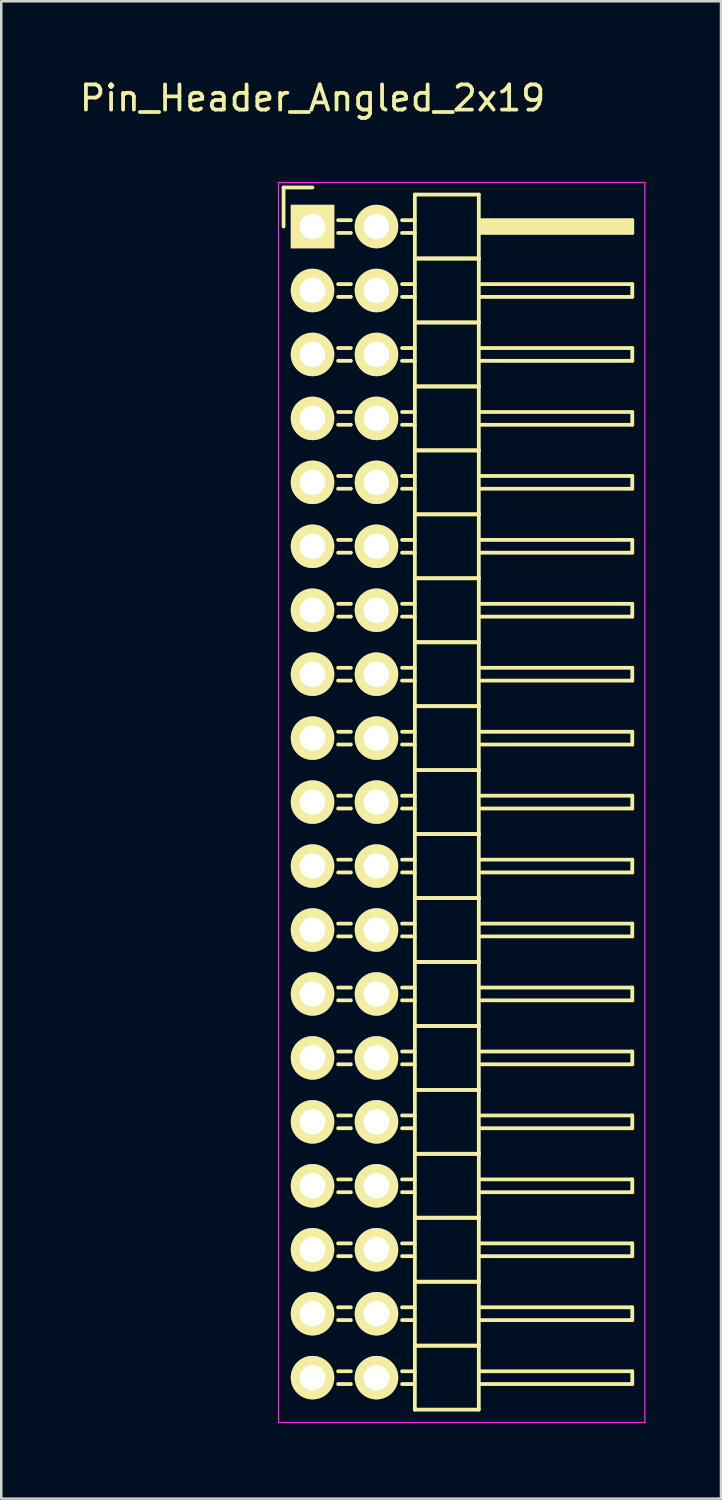
<source format=kicad_pcb>
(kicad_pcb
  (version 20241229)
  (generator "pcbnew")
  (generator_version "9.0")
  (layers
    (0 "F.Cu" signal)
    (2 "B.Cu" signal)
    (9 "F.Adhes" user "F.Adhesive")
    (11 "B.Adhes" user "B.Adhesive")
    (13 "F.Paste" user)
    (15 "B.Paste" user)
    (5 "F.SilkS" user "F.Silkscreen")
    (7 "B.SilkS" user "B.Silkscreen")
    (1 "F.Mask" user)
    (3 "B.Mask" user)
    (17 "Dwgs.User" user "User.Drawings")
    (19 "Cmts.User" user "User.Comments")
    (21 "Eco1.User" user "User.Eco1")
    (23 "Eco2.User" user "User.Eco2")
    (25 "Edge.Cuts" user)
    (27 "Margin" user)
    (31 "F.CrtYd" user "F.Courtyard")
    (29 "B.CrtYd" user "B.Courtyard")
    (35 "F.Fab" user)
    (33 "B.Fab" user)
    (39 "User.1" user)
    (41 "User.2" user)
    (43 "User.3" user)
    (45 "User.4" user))
  (footprint "Pin_Header_Angled_2x19"
    (layer "F.Cu")
    (at 9.363 5.948)
    (property "Reference" "Pin_Header_Angled_2x19" (at 0 -5.1 0) (layer "F.SilkS") (effects (font (size 1 1) (thickness 0.15))))
    (attr through_hole)
    (fp_line (start -1.15 -1.55) (end -1.15 0) (stroke (width 0.15) (type solid)) (layer "F.SilkS"))
    (fp_line (start 0 -1.55) (end -1.15 -1.55) (stroke (width 0.15) (type solid)) (layer "F.SilkS"))
    (fp_line (start 1.524 -0.254) (end 1.016 -0.254) (stroke (width 0.15) (type solid)) (layer "F.SilkS"))
    (fp_line (start 1.524 0.254) (end 1.016 0.254) (stroke (width 0.15) (type solid)) (layer "F.SilkS"))
    (fp_line (start 1.524 2.286) (end 1.016 2.286) (stroke (width 0.15) (type solid)) (layer "F.SilkS"))
    (fp_line (start 1.524 2.794) (end 1.016 2.794) (stroke (width 0.15) (type solid)) (layer "F.SilkS"))
    (fp_line (start 1.524 4.826) (end 1.016 4.826) (stroke (width 0.15) (type solid)) (layer "F.SilkS"))
    (fp_line (start 1.524 5.334) (end 1.016 5.334) (stroke (width 0.15) (type solid)) (layer "F.SilkS"))
    (fp_line (start 1.524 7.366) (end 1.016 7.366) (stroke (width 0.15) (type solid)) (layer "F.SilkS"))
    (fp_line (start 1.524 7.874) (end 1.016 7.874) (stroke (width 0.15) (type solid)) (layer "F.SilkS"))
    (fp_line (start 1.524 9.906) (end 1.016 9.906) (stroke (width 0.15) (type solid)) (layer "F.SilkS"))
    (fp_line (start 1.524 10.414) (end 1.016 10.414) (stroke (width 0.15) (type solid)) (layer "F.SilkS"))
    (fp_line (start 1.524 12.446) (end 1.016 12.446) (stroke (width 0.15) (type solid)) (layer "F.SilkS"))
    (fp_line (start 1.524 12.954) (end 1.016 12.954) (stroke (width 0.15) (type solid)) (layer "F.SilkS"))
    (fp_line (start 1.524 14.986) (end 1.016 14.986) (stroke (width 0.15) (type solid)) (layer "F.SilkS"))
    (fp_line (start 1.524 15.494) (end 1.016 15.494) (stroke (width 0.15) (type solid)) (layer "F.SilkS"))
    (fp_line (start 1.524 17.526) (end 1.016 17.526) (stroke (width 0.15) (type solid)) (layer "F.SilkS"))
    (fp_line (start 1.524 18.034) (end 1.016 18.034) (stroke (width 0.15) (type solid)) (layer "F.SilkS"))
    (fp_line (start 1.524 20.066) (end 1.016 20.066) (stroke (width 0.15) (type solid)) (layer "F.SilkS"))
    (fp_line (start 1.524 20.574) (end 1.016 20.574) (stroke (width 0.15) (type solid)) (layer "F.SilkS"))
    (fp_line (start 1.524 22.606) (end 1.016 22.606) (stroke (width 0.15) (type solid)) (layer "F.SilkS"))
    (fp_line (start 1.524 23.114) (end 1.016 23.114) (stroke (width 0.15) (type solid)) (layer "F.SilkS"))
    (fp_line (start 1.524 25.146) (end 1.016 25.146) (stroke (width 0.15) (type solid)) (layer "F.SilkS"))
    (fp_line (start 1.524 25.654) (end 1.016 25.654) (stroke (width 0.15) (type solid)) (layer "F.SilkS"))
    (fp_line (start 1.524 27.686) (end 1.016 27.686) (stroke (width 0.15) (type solid)) (layer "F.SilkS"))
    (fp_line (start 1.524 28.194) (end 1.016 28.194) (stroke (width 0.15) (type solid)) (layer "F.SilkS"))
    (fp_line (start 1.524 30.226) (end 1.016 30.226) (stroke (width 0.15) (type solid)) (layer "F.SilkS"))
    (fp_line (start 1.524 30.734) (end 1.016 30.734) (stroke (width 0.15) (type solid)) (layer "F.SilkS"))
    (fp_line (start 1.524 32.766) (end 1.016 32.766) (stroke (width 0.15) (type solid)) (layer "F.SilkS"))
    (fp_line (start 1.524 33.274) (end 1.016 33.274) (stroke (width 0.15) (type solid)) (layer "F.SilkS"))
    (fp_line (start 1.524 35.306) (end 1.016 35.306) (stroke (width 0.15) (type solid)) (layer "F.SilkS"))
    (fp_line (start 1.524 35.814) (end 1.016 35.814) (stroke (width 0.15) (type solid)) (layer "F.SilkS"))
    (fp_line (start 1.524 37.846) (end 1.016 37.846) (stroke (width 0.15) (type solid)) (layer "F.SilkS"))
    (fp_line (start 1.524 38.354) (end 1.016 38.354) (stroke (width 0.15) (type solid)) (layer "F.SilkS"))
    (fp_line (start 1.524 40.386) (end 1.016 40.386) (stroke (width 0.15) (type solid)) (layer "F.SilkS"))
    (fp_line (start 1.524 40.894) (end 1.016 40.894) (stroke (width 0.15) (type solid)) (layer "F.SilkS"))
    (fp_line (start 1.524 42.926) (end 1.016 42.926) (stroke (width 0.15) (type solid)) (layer "F.SilkS"))
    (fp_line (start 1.524 43.434) (end 1.016 43.434) (stroke (width 0.15) (type solid)) (layer "F.SilkS"))
    (fp_line (start 1.524 45.466) (end 1.016 45.466) (stroke (width 0.15) (type solid)) (layer "F.SilkS"))
    (fp_line (start 1.524 45.974) (end 1.016 45.974) (stroke (width 0.15) (type solid)) (layer "F.SilkS"))
    (fp_line (start 4.064 -1.27) (end 4.064 1.27) (stroke (width 0.15) (type solid)) (layer "F.SilkS"))
    (fp_line (start 4.064 -1.27) (end 6.604 -1.27) (stroke (width 0.15) (type solid)) (layer "F.SilkS"))
    (fp_line (start 4.064 -0.254) (end 3.556 -0.254) (stroke (width 0.15) (type solid)) (layer "F.SilkS"))
    (fp_line (start 4.064 0.254) (end 3.556 0.254) (stroke (width 0.15) (type solid)) (layer "F.SilkS"))
    (fp_line (start 4.064 1.27) (end 4.064 3.81) (stroke (width 0.15) (type solid)) (layer "F.SilkS"))
    (fp_line (start 4.064 1.27) (end 6.604 1.27) (stroke (width 0.15) (type solid)) (layer "F.SilkS"))
    (fp_line (start 4.064 1.27) (end 6.604 1.27) (stroke (width 0.15) (type solid)) (layer "F.SilkS"))
    (fp_line (start 4.064 2.286) (end 3.556 2.286) (stroke (width 0.15) (type solid)) (layer "F.SilkS"))
    (fp_line (start 4.064 2.794) (end 3.556 2.794) (stroke (width 0.15) (type solid)) (layer "F.SilkS"))
    (fp_line (start 4.064 3.81) (end 4.064 6.35) (stroke (width 0.15) (type solid)) (layer "F.SilkS"))
    (fp_line (start 4.064 3.81) (end 6.604 3.81) (stroke (width 0.15) (type solid)) (layer "F.SilkS"))
    (fp_line (start 4.064 3.81) (end 6.604 3.81) (stroke (width 0.15) (type solid)) (layer "F.SilkS"))
    (fp_line (start 4.064 4.826) (end 3.556 4.826) (stroke (width 0.15) (type solid)) (layer "F.SilkS"))
    (fp_line (start 4.064 5.334) (end 3.556 5.334) (stroke (width 0.15) (type solid)) (layer "F.SilkS"))
    (fp_line (start 4.064 6.35) (end 4.064 8.89) (stroke (width 0.15) (type solid)) (layer "F.SilkS"))
    (fp_line (start 4.064 6.35) (end 6.604 6.35) (stroke (width 0.15) (type solid)) (layer "F.SilkS"))
    (fp_line (start 4.064 6.35) (end 6.604 6.35) (stroke (width 0.15) (type solid)) (layer "F.SilkS"))
    (fp_line (start 4.064 7.366) (end 3.556 7.366) (stroke (width 0.15) (type solid)) (layer "F.SilkS"))
    (fp_line (start 4.064 7.874) (end 3.556 7.874) (stroke (width 0.15) (type solid)) (layer "F.SilkS"))
    (fp_line (start 4.064 8.89) (end 4.064 11.43) (stroke (width 0.15) (type solid)) (layer "F.SilkS"))
    (fp_line (start 4.064 8.89) (end 6.604 8.89) (stroke (width 0.15) (type solid)) (layer "F.SilkS"))
    (fp_line (start 4.064 8.89) (end 6.604 8.89) (stroke (width 0.15) (type solid)) (layer "F.SilkS"))
    (fp_line (start 4.064 9.906) (end 3.556 9.906) (stroke (width 0.15) (type solid)) (layer "F.SilkS"))
    (fp_line (start 4.064 10.414) (end 3.556 10.414) (stroke (width 0.15) (type solid)) (layer "F.SilkS"))
    (fp_line (start 4.064 11.43) (end 4.064 13.97) (stroke (width 0.15) (type solid)) (layer "F.SilkS"))
    (fp_line (start 4.064 11.43) (end 6.604 11.43) (stroke (width 0.15) (type solid)) (layer "F.SilkS"))
    (fp_line (start 4.064 11.43) (end 6.604 11.43) (stroke (width 0.15) (type solid)) (layer "F.SilkS"))
    (fp_line (start 4.064 12.446) (end 3.556 12.446) (stroke (width 0.15) (type solid)) (layer "F.SilkS"))
    (fp_line (start 4.064 12.954) (end 3.556 12.954) (stroke (width 0.15) (type solid)) (layer "F.SilkS"))
    (fp_line (start 4.064 13.97) (end 4.064 16.51) (stroke (width 0.15) (type solid)) (layer "F.SilkS"))
    (fp_line (start 4.064 13.97) (end 6.604 13.97) (stroke (width 0.15) (type solid)) (layer "F.SilkS"))
    (fp_line (start 4.064 13.97) (end 6.604 13.97) (stroke (width 0.15) (type solid)) (layer "F.SilkS"))
    (fp_line (start 4.064 14.986) (end 3.556 14.986) (stroke (width 0.15) (type solid)) (layer "F.SilkS"))
    (fp_line (start 4.064 15.494) (end 3.556 15.494) (stroke (width 0.15) (type solid)) (layer "F.SilkS"))
    (fp_line (start 4.064 16.51) (end 4.064 19.05) (stroke (width 0.15) (type solid)) (layer "F.SilkS"))
    (fp_line (start 4.064 16.51) (end 6.604 16.51) (stroke (width 0.15) (type solid)) (layer "F.SilkS"))
    (fp_line (start 4.064 16.51) (end 6.604 16.51) (stroke (width 0.15) (type solid)) (layer "F.SilkS"))
    (fp_line (start 4.064 17.526) (end 3.556 17.526) (stroke (width 0.15) (type solid)) (layer "F.SilkS"))
    (fp_line (start 4.064 18.034) (end 3.556 18.034) (stroke (width 0.15) (type solid)) (layer "F.SilkS"))
    (fp_line (start 4.064 19.05) (end 4.064 21.59) (stroke (width 0.15) (type solid)) (layer "F.SilkS"))
    (fp_line (start 4.064 19.05) (end 6.604 19.05) (stroke (width 0.15) (type solid)) (layer "F.SilkS"))
    (fp_line (start 4.064 19.05) (end 6.604 19.05) (stroke (width 0.15) (type solid)) (layer "F.SilkS"))
    (fp_line (start 4.064 20.066) (end 3.556 20.066) (stroke (width 0.15) (type solid)) (layer "F.SilkS"))
    (fp_line (start 4.064 20.574) (end 3.556 20.574) (stroke (width 0.15) (type solid)) (layer "F.SilkS"))
    (fp_line (start 4.064 21.59) (end 4.064 24.13) (stroke (width 0.15) (type solid)) (layer "F.SilkS"))
    (fp_line (start 4.064 21.59) (end 6.604 21.59) (stroke (width 0.15) (type solid)) (layer "F.SilkS"))
    (fp_line (start 4.064 21.59) (end 6.604 21.59) (stroke (width 0.15) (type solid)) (layer "F.SilkS"))
    (fp_line (start 4.064 22.606) (end 3.556 22.606) (stroke (width 0.15) (type solid)) (layer "F.SilkS"))
    (fp_line (start 4.064 23.114) (end 3.556 23.114) (stroke (width 0.15) (type solid)) (layer "F.SilkS"))
    (fp_line (start 4.064 24.13) (end 4.064 26.67) (stroke (width 0.15) (type solid)) (layer "F.SilkS"))
    (fp_line (start 4.064 24.13) (end 6.604 24.13) (stroke (width 0.15) (type solid)) (layer "F.SilkS"))
    (fp_line (start 4.064 24.13) (end 6.604 24.13) (stroke (width 0.15) (type solid)) (layer "F.SilkS"))
    (fp_line (start 4.064 25.146) (end 3.556 25.146) (stroke (width 0.15) (type solid)) (layer "F.SilkS"))
    (fp_line (start 4.064 25.654) (end 3.556 25.654) (stroke (width 0.15) (type solid)) (layer "F.SilkS"))
    (fp_line (start 4.064 26.67) (end 4.064 29.21) (stroke (width 0.15) (type solid)) (layer "F.SilkS"))
    (fp_line (start 4.064 26.67) (end 6.604 26.67) (stroke (width 0.15) (type solid)) (layer "F.SilkS"))
    (fp_line (start 4.064 26.67) (end 6.604 26.67) (stroke (width 0.15) (type solid)) (layer "F.SilkS"))
    (fp_line (start 4.064 27.686) (end 3.556 27.686) (stroke (width 0.15) (type solid)) (layer "F.SilkS"))
    (fp_line (start 4.064 28.194) (end 3.556 28.194) (stroke (width 0.15) (type solid)) (layer "F.SilkS"))
    (fp_line (start 4.064 29.21) (end 4.064 31.75) (stroke (width 0.15) (type solid)) (layer "F.SilkS"))
    (fp_line (start 4.064 29.21) (end 6.604 29.21) (stroke (width 0.15) (type solid)) (layer "F.SilkS"))
    (fp_line (start 4.064 29.21) (end 6.604 29.21) (stroke (width 0.15) (type solid)) (layer "F.SilkS"))
    (fp_line (start 4.064 30.226) (end 3.556 30.226) (stroke (width 0.15) (type solid)) (layer "F.SilkS"))
    (fp_line (start 4.064 30.734) (end 3.556 30.734) (stroke (width 0.15) (type solid)) (layer "F.SilkS"))
    (fp_line (start 4.064 31.75) (end 4.064 34.29) (stroke (width 0.15) (type solid)) (layer "F.SilkS"))
    (fp_line (start 4.064 31.75) (end 6.604 31.75) (stroke (width 0.15) (type solid)) (layer "F.SilkS"))
    (fp_line (start 4.064 31.75) (end 6.604 31.75) (stroke (width 0.15) (type solid)) (layer "F.SilkS"))
    (fp_line (start 4.064 32.766) (end 3.556 32.766) (stroke (width 0.15) (type solid)) (layer "F.SilkS"))
    (fp_line (start 4.064 33.274) (end 3.556 33.274) (stroke (width 0.15) (type solid)) (layer "F.SilkS"))
    (fp_line (start 4.064 34.29) (end 4.064 36.83) (stroke (width 0.15) (type solid)) (layer "F.SilkS"))
    (fp_line (start 4.064 34.29) (end 6.604 34.29) (stroke (width 0.15) (type solid)) (layer "F.SilkS"))
    (fp_line (start 4.064 34.29) (end 6.604 34.29) (stroke (width 0.15) (type solid)) (layer "F.SilkS"))
    (fp_line (start 4.064 35.306) (end 3.556 35.306) (stroke (width 0.15) (type solid)) (layer "F.SilkS"))
    (fp_line (start 4.064 35.814) (end 3.556 35.814) (stroke (width 0.15) (type solid)) (layer "F.SilkS"))
    (fp_line (start 4.064 36.83) (end 4.064 39.37) (stroke (width 0.15) (type solid)) (layer "F.SilkS"))
    (fp_line (start 4.064 36.83) (end 6.604 36.83) (stroke (width 0.15) (type solid)) (layer "F.SilkS"))
    (fp_line (start 4.064 36.83) (end 6.604 36.83) (stroke (width 0.15) (type solid)) (layer "F.SilkS"))
    (fp_line (start 4.064 37.846) (end 3.556 37.846) (stroke (width 0.15) (type solid)) (layer "F.SilkS"))
    (fp_line (start 4.064 38.354) (end 3.556 38.354) (stroke (width 0.15) (type solid)) (layer "F.SilkS"))
    (fp_line (start 4.064 39.37) (end 4.064 41.91) (stroke (width 0.15) (type solid)) (layer "F.SilkS"))
    (fp_line (start 4.064 39.37) (end 6.604 39.37) (stroke (width 0.15) (type solid)) (layer "F.SilkS"))
    (fp_line (start 4.064 39.37) (end 6.604 39.37) (stroke (width 0.15) (type solid)) (layer "F.SilkS"))
    (fp_line (start 4.064 40.386) (end 3.556 40.386) (stroke (width 0.15) (type solid)) (layer "F.SilkS"))
    (fp_line (start 4.064 40.894) (end 3.556 40.894) (stroke (width 0.15) (type solid)) (layer "F.SilkS"))
    (fp_line (start 4.064 41.91) (end 4.064 44.45) (stroke (width 0.15) (type solid)) (layer "F.SilkS"))
    (fp_line (start 4.064 41.91) (end 6.604 41.91) (stroke (width 0.15) (type solid)) (layer "F.SilkS"))
    (fp_line (start 4.064 41.91) (end 6.604 41.91) (stroke (width 0.15) (type solid)) (layer "F.SilkS"))
    (fp_line (start 4.064 42.926) (end 3.556 42.926) (stroke (width 0.15) (type solid)) (layer "F.SilkS"))
    (fp_line (start 4.064 43.434) (end 3.556 43.434) (stroke (width 0.15) (type solid)) (layer "F.SilkS"))
    (fp_line (start 4.064 44.45) (end 4.064 46.99) (stroke (width 0.15) (type solid)) (layer "F.SilkS"))
    (fp_line (start 4.064 44.45) (end 6.604 44.45) (stroke (width 0.15) (type solid)) (layer "F.SilkS"))
    (fp_line (start 4.064 44.45) (end 6.604 44.45) (stroke (width 0.15) (type solid)) (layer "F.SilkS"))
    (fp_line (start 4.064 45.466) (end 3.556 45.466) (stroke (width 0.15) (type solid)) (layer "F.SilkS"))
    (fp_line (start 4.064 45.974) (end 3.556 45.974) (stroke (width 0.15) (type solid)) (layer "F.SilkS"))
    (fp_line (start 4.064 46.99) (end 6.604 46.99) (stroke (width 0.15) (type solid)) (layer "F.SilkS"))
    (fp_line (start 6.604 -0.254) (end 12.7 -0.254) (stroke (width 0.15) (type solid)) (layer "F.SilkS"))
    (fp_line (start 6.604 -0.127) (end 12.573 -0.127) (stroke (width 0.15) (type solid)) (layer "F.SilkS"))
    (fp_line (start 6.604 1.27) (end 6.604 -1.27) (stroke (width 0.15) (type solid)) (layer "F.SilkS"))
    (fp_line (start 6.604 2.286) (end 12.7 2.286) (stroke (width 0.15) (type solid)) (layer "F.SilkS"))
    (fp_line (start 6.604 3.81) (end 6.604 1.27) (stroke (width 0.15) (type solid)) (layer "F.SilkS"))
    (fp_line (start 6.604 4.826) (end 12.7 4.826) (stroke (width 0.15) (type solid)) (layer "F.SilkS"))
    (fp_line (start 6.604 6.35) (end 6.604 3.81) (stroke (width 0.15) (type solid)) (layer "F.SilkS"))
    (fp_line (start 6.604 7.366) (end 12.7 7.366) (stroke (width 0.15) (type solid)) (layer "F.SilkS"))
    (fp_line (start 6.604 8.89) (end 6.604 6.35) (stroke (width 0.15) (type solid)) (layer "F.SilkS"))
    (fp_line (start 6.604 9.906) (end 12.7 9.906) (stroke (width 0.15) (type solid)) (layer "F.SilkS"))
    (fp_line (start 6.604 11.43) (end 6.604 8.89) (stroke (width 0.15) (type solid)) (layer "F.SilkS"))
    (fp_line (start 6.604 12.446) (end 12.7 12.446) (stroke (width 0.15) (type solid)) (layer "F.SilkS"))
    (fp_line (start 6.604 13.97) (end 6.604 11.43) (stroke (width 0.15) (type solid)) (layer "F.SilkS"))
    (fp_line (start 6.604 14.986) (end 12.7 14.986) (stroke (width 0.15) (type solid)) (layer "F.SilkS"))
    (fp_line (start 6.604 16.51) (end 6.604 13.97) (stroke (width 0.15) (type solid)) (layer "F.SilkS"))
    (fp_line (start 6.604 17.526) (end 12.7 17.526) (stroke (width 0.15) (type solid)) (layer "F.SilkS"))
    (fp_line (start 6.604 19.05) (end 6.604 16.51) (stroke (width 0.15) (type solid)) (layer "F.SilkS"))
    (fp_line (start 6.604 20.066) (end 12.7 20.066) (stroke (width 0.15) (type solid)) (layer "F.SilkS"))
    (fp_line (start 6.604 21.59) (end 6.604 19.05) (stroke (width 0.15) (type solid)) (layer "F.SilkS"))
    (fp_line (start 6.604 22.606) (end 12.7 22.606) (stroke (width 0.15) (type solid)) (layer "F.SilkS"))
    (fp_line (start 6.604 24.13) (end 6.604 21.59) (stroke (width 0.15) (type solid)) (layer "F.SilkS"))
    (fp_line (start 6.604 25.146) (end 12.7 25.146) (stroke (width 0.15) (type solid)) (layer "F.SilkS"))
    (fp_line (start 6.604 26.67) (end 6.604 24.13) (stroke (width 0.15) (type solid)) (layer "F.SilkS"))
    (fp_line (start 6.604 27.686) (end 12.7 27.686) (stroke (width 0.15) (type solid)) (layer "F.SilkS"))
    (fp_line (start 6.604 29.21) (end 6.604 26.67) (stroke (width 0.15) (type solid)) (layer "F.SilkS"))
    (fp_line (start 6.604 30.226) (end 12.7 30.226) (stroke (width 0.15) (type solid)) (layer "F.SilkS"))
    (fp_line (start 6.604 31.75) (end 6.604 29.21) (stroke (width 0.15) (type solid)) (layer "F.SilkS"))
    (fp_line (start 6.604 32.766) (end 12.7 32.766) (stroke (width 0.15) (type solid)) (layer "F.SilkS"))
    (fp_line (start 6.604 34.29) (end 6.604 31.75) (stroke (width 0.15) (type solid)) (layer "F.SilkS"))
    (fp_line (start 6.604 35.306) (end 12.7 35.306) (stroke (width 0.15) (type solid)) (layer "F.SilkS"))
    (fp_line (start 6.604 36.83) (end 6.604 34.29) (stroke (width 0.15) (type solid)) (layer "F.SilkS"))
    (fp_line (start 6.604 37.846) (end 12.7 37.846) (stroke (width 0.15) (type solid)) (layer "F.SilkS"))
    (fp_line (start 6.604 39.37) (end 6.604 36.83) (stroke (width 0.15) (type solid)) (layer "F.SilkS"))
    (fp_line (start 6.604 40.386) (end 12.7 40.386) (stroke (width 0.15) (type solid)) (layer "F.SilkS"))
    (fp_line (start 6.604 41.91) (end 6.604 39.37) (stroke (width 0.15) (type solid)) (layer "F.SilkS"))
    (fp_line (start 6.604 42.926) (end 12.7 42.926) (stroke (width 0.15) (type solid)) (layer "F.SilkS"))
    (fp_line (start 6.604 44.45) (end 6.604 41.91) (stroke (width 0.15) (type solid)) (layer "F.SilkS"))
    (fp_line (start 6.604 45.466) (end 12.7 45.466) (stroke (width 0.15) (type solid)) (layer "F.SilkS"))
    (fp_line (start 6.604 46.99) (end 6.604 44.45) (stroke (width 0.15) (type solid)) (layer "F.SilkS"))
    (fp_line (start 6.731 0) (end 12.573 0) (stroke (width 0.15) (type solid)) (layer "F.SilkS"))
    (fp_line (start 6.731 0.127) (end 6.731 0) (stroke (width 0.15) (type solid)) (layer "F.SilkS"))
    (fp_line (start 12.573 -0.127) (end 12.573 0.127) (stroke (width 0.15) (type solid)) (layer "F.SilkS"))
    (fp_line (start 12.573 0.127) (end 6.731 0.127) (stroke (width 0.15) (type solid)) (layer "F.SilkS"))
    (fp_line (start 12.7 -0.254) (end 12.7 0.254) (stroke (width 0.15) (type solid)) (layer "F.SilkS"))
    (fp_line (start 12.7 0.254) (end 6.604 0.254) (stroke (width 0.15) (type solid)) (layer "F.SilkS"))
    (fp_line (start 12.7 2.286) (end 12.7 2.794) (stroke (width 0.15) (type solid)) (layer "F.SilkS"))
    (fp_line (start 12.7 2.794) (end 6.604 2.794) (stroke (width 0.15) (type solid)) (layer "F.SilkS"))
    (fp_line (start 12.7 4.826) (end 12.7 5.334) (stroke (width 0.15) (type solid)) (layer "F.SilkS"))
    (fp_line (start 12.7 5.334) (end 6.604 5.334) (stroke (width 0.15) (type solid)) (layer "F.SilkS"))
    (fp_line (start 12.7 7.366) (end 12.7 7.874) (stroke (width 0.15) (type solid)) (layer "F.SilkS"))
    (fp_line (start 12.7 7.874) (end 6.604 7.874) (stroke (width 0.15) (type solid)) (layer "F.SilkS"))
    (fp_line (start 12.7 9.906) (end 12.7 10.414) (stroke (width 0.15) (type solid)) (layer "F.SilkS"))
    (fp_line (start 12.7 10.414) (end 6.604 10.414) (stroke (width 0.15) (type solid)) (layer "F.SilkS"))
    (fp_line (start 12.7 12.446) (end 12.7 12.954) (stroke (width 0.15) (type solid)) (layer "F.SilkS"))
    (fp_line (start 12.7 12.954) (end 6.604 12.954) (stroke (width 0.15) (type solid)) (layer "F.SilkS"))
    (fp_line (start 12.7 14.986) (end 12.7 15.494) (stroke (width 0.15) (type solid)) (layer "F.SilkS"))
    (fp_line (start 12.7 15.494) (end 6.604 15.494) (stroke (width 0.15) (type solid)) (layer "F.SilkS"))
    (fp_line (start 12.7 17.526) (end 12.7 18.034) (stroke (width 0.15) (type solid)) (layer "F.SilkS"))
    (fp_line (start 12.7 18.034) (end 6.604 18.034) (stroke (width 0.15) (type solid)) (layer "F.SilkS"))
    (fp_line (start 12.7 20.066) (end 12.7 20.574) (stroke (width 0.15) (type solid)) (layer "F.SilkS"))
    (fp_line (start 12.7 20.574) (end 6.604 20.574) (stroke (width 0.15) (type solid)) (layer "F.SilkS"))
    (fp_line (start 12.7 22.606) (end 12.7 23.114) (stroke (width 0.15) (type solid)) (layer "F.SilkS"))
    (fp_line (start 12.7 23.114) (end 6.604 23.114) (stroke (width 0.15) (type solid)) (layer "F.SilkS"))
    (fp_line (start 12.7 25.146) (end 12.7 25.654) (stroke (width 0.15) (type solid)) (layer "F.SilkS"))
    (fp_line (start 12.7 25.654) (end 6.604 25.654) (stroke (width 0.15) (type solid)) (layer "F.SilkS"))
    (fp_line (start 12.7 27.686) (end 12.7 28.194) (stroke (width 0.15) (type solid)) (layer "F.SilkS"))
    (fp_line (start 12.7 28.194) (end 6.604 28.194) (stroke (width 0.15) (type solid)) (layer "F.SilkS"))
    (fp_line (start 12.7 30.226) (end 12.7 30.734) (stroke (width 0.15) (type solid)) (layer "F.SilkS"))
    (fp_line (start 12.7 30.734) (end 6.604 30.734) (stroke (width 0.15) (type solid)) (layer "F.SilkS"))
    (fp_line (start 12.7 32.766) (end 12.7 33.274) (stroke (width 0.15) (type solid)) (layer "F.SilkS"))
    (fp_line (start 12.7 33.274) (end 6.604 33.274) (stroke (width 0.15) (type solid)) (layer "F.SilkS"))
    (fp_line (start 12.7 35.306) (end 12.7 35.814) (stroke (width 0.15) (type solid)) (layer "F.SilkS"))
    (fp_line (start 12.7 35.814) (end 6.604 35.814) (stroke (width 0.15) (type solid)) (layer "F.SilkS"))
    (fp_line (start 12.7 37.846) (end 12.7 38.354) (stroke (width 0.15) (type solid)) (layer "F.SilkS"))
    (fp_line (start 12.7 38.354) (end 6.604 38.354) (stroke (width 0.15) (type solid)) (layer "F.SilkS"))
    (fp_line (start 12.7 40.386) (end 12.7 40.894) (stroke (width 0.15) (type solid)) (layer "F.SilkS"))
    (fp_line (start 12.7 40.894) (end 6.604 40.894) (stroke (width 0.15) (type solid)) (layer "F.SilkS"))
    (fp_line (start 12.7 42.926) (end 12.7 43.434) (stroke (width 0.15) (type solid)) (layer "F.SilkS"))
    (fp_line (start 12.7 43.434) (end 6.604 43.434) (stroke (width 0.15) (type solid)) (layer "F.SilkS"))
    (fp_line (start 12.7 45.466) (end 12.7 45.974) (stroke (width 0.15) (type solid)) (layer "F.SilkS"))
    (fp_line (start 12.7 45.974) (end 6.604 45.974) (stroke (width 0.15) (type solid)) (layer "F.SilkS"))
    (fp_line (start -1.35 -1.75) (end -1.35 47.5) (stroke (width 0.05) (type solid)) (layer "F.CrtYd"))
    (fp_line (start -1.35 -1.75) (end 13.2 -1.75) (stroke (width 0.05) (type solid)) (layer "F.CrtYd"))
    (fp_line (start -1.35 47.5) (end 13.2 47.5) (stroke (width 0.05) (type solid)) (layer "F.CrtYd"))
    (fp_line (start 13.2 -1.75) (end 13.2 47.5) (stroke (width 0.05) (type solid)) (layer "F.CrtYd"))
    (pad "1" thru_hole rect (at 0 0) (size 1.727 1.727) (drill 1.016) (layers "*.Cu" "*.Mask" "F.SilkS"))
    (pad "2" thru_hole oval (at 2.54 0) (size 1.727 1.727) (drill 1.016) (layers "*.Cu" "*.Mask" "F.SilkS"))
    (pad "3" thru_hole oval (at 0 2.54) (size 1.727 1.727) (drill 1.016) (layers "*.Cu" "*.Mask" "F.SilkS"))
    (pad "4" thru_hole oval (at 2.54 2.54) (size 1.727 1.727) (drill 1.016) (layers "*.Cu" "*.Mask" "F.SilkS"))
    (pad "5" thru_hole oval (at 0 5.08) (size 1.727 1.727) (drill 1.016) (layers "*.Cu" "*.Mask" "F.SilkS"))
    (pad "6" thru_hole oval (at 2.54 5.08) (size 1.727 1.727) (drill 1.016) (layers "*.Cu" "*.Mask" "F.SilkS"))
    (pad "7" thru_hole oval (at 0 7.62) (size 1.727 1.727) (drill 1.016) (layers "*.Cu" "*.Mask" "F.SilkS"))
    (pad "8" thru_hole oval (at 2.54 7.62) (size 1.727 1.727) (drill 1.016) (layers "*.Cu" "*.Mask" "F.SilkS"))
    (pad "9" thru_hole oval (at 0 10.16) (size 1.727 1.727) (drill 1.016) (layers "*.Cu" "*.Mask" "F.SilkS"))
    (pad "10" thru_hole oval (at 2.54 10.16) (size 1.727 1.727) (drill 1.016) (layers "*.Cu" "*.Mask" "F.SilkS"))
    (pad "11" thru_hole oval (at 0 12.7) (size 1.727 1.727) (drill 1.016) (layers "*.Cu" "*.Mask" "F.SilkS"))
    (pad "12" thru_hole oval (at 2.54 12.7) (size 1.727 1.727) (drill 1.016) (layers "*.Cu" "*.Mask" "F.SilkS"))
    (pad "13" thru_hole oval (at 0 15.24) (size 1.727 1.727) (drill 1.016) (layers "*.Cu" "*.Mask" "F.SilkS"))
    (pad "14" thru_hole oval (at 2.54 15.24) (size 1.727 1.727) (drill 1.016) (layers "*.Cu" "*.Mask" "F.SilkS"))
    (pad "15" thru_hole oval (at 0 17.78) (size 1.727 1.727) (drill 1.016) (layers "*.Cu" "*.Mask" "F.SilkS"))
    (pad "16" thru_hole oval (at 2.54 17.78) (size 1.727 1.727) (drill 1.016) (layers "*.Cu" "*.Mask" "F.SilkS"))
    (pad "17" thru_hole oval (at 0 20.32) (size 1.727 1.727) (drill 1.016) (layers "*.Cu" "*.Mask" "F.SilkS"))
    (pad "18" thru_hole oval (at 2.54 20.32) (size 1.727 1.727) (drill 1.016) (layers "*.Cu" "*.Mask" "F.SilkS"))
    (pad "19" thru_hole oval (at 0 22.86) (size 1.727 1.727) (drill 1.016) (layers "*.Cu" "*.Mask" "F.SilkS"))
    (pad "20" thru_hole oval (at 2.54 22.86) (size 1.727 1.727) (drill 1.016) (layers "*.Cu" "*.Mask" "F.SilkS"))
    (pad "21" thru_hole oval (at 0 25.4) (size 1.727 1.727) (drill 1.016) (layers "*.Cu" "*.Mask" "F.SilkS"))
    (pad "22" thru_hole oval (at 2.54 25.4) (size 1.727 1.727) (drill 1.016) (layers "*.Cu" "*.Mask" "F.SilkS"))
    (pad "23" thru_hole oval (at 0 27.94) (size 1.727 1.727) (drill 1.016) (layers "*.Cu" "*.Mask" "F.SilkS"))
    (pad "24" thru_hole oval (at 2.54 27.94) (size 1.727 1.727) (drill 1.016) (layers "*.Cu" "*.Mask" "F.SilkS"))
    (pad "25" thru_hole oval (at 0 30.48) (size 1.727 1.727) (drill 1.016) (layers "*.Cu" "*.Mask" "F.SilkS"))
    (pad "26" thru_hole oval (at 2.54 30.48) (size 1.727 1.727) (drill 1.016) (layers "*.Cu" "*.Mask" "F.SilkS"))
    (pad "27" thru_hole oval (at 0 33.02) (size 1.727 1.727) (drill 1.016) (layers "*.Cu" "*.Mask" "F.SilkS"))
    (pad "28" thru_hole oval (at 2.54 33.02) (size 1.727 1.727) (drill 1.016) (layers "*.Cu" "*.Mask" "F.SilkS"))
    (pad "29" thru_hole oval (at 0 35.56) (size 1.727 1.727) (drill 1.016) (layers "*.Cu" "*.Mask" "F.SilkS"))
    (pad "30" thru_hole oval (at 2.54 35.56) (size 1.727 1.727) (drill 1.016) (layers "*.Cu" "*.Mask" "F.SilkS"))
    (pad "31" thru_hole oval (at 0 38.1) (size 1.727 1.727) (drill 1.016) (layers "*.Cu" "*.Mask" "F.SilkS"))
    (pad "32" thru_hole oval (at 2.54 38.1) (size 1.727 1.727) (drill 1.016) (layers "*.Cu" "*.Mask" "F.SilkS"))
    (pad "33" thru_hole oval (at 0 40.64) (size 1.727 1.727) (drill 1.016) (layers "*.Cu" "*.Mask" "F.SilkS"))
    (pad "34" thru_hole oval (at 2.54 40.64) (size 1.727 1.727) (drill 1.016) (layers "*.Cu" "*.Mask" "F.SilkS"))
    (pad "35" thru_hole oval (at 0 43.18) (size 1.727 1.727) (drill 1.016) (layers "*.Cu" "*.Mask" "F.SilkS"))
    (pad "36" thru_hole oval (at 2.54 43.18) (size 1.727 1.727) (drill 1.016) (layers "*.Cu" "*.Mask" "F.SilkS"))
    (pad "37" thru_hole oval (at 0 45.72) (size 1.727 1.727) (drill 1.016) (layers "*.Cu" "*.Mask" "F.SilkS"))
    (pad "38" thru_hole oval (at 2.54 45.72) (size 1.727 1.727) (drill 1.016) (layers "*.Cu" "*.Mask" "F.SilkS")))
  (gr_rect
    (start -3 -3)
    (end 25.588 56.473)
    (stroke (width 0.1) (type default))
    (fill no)
    (layer "Edge.Cuts")))
</source>
